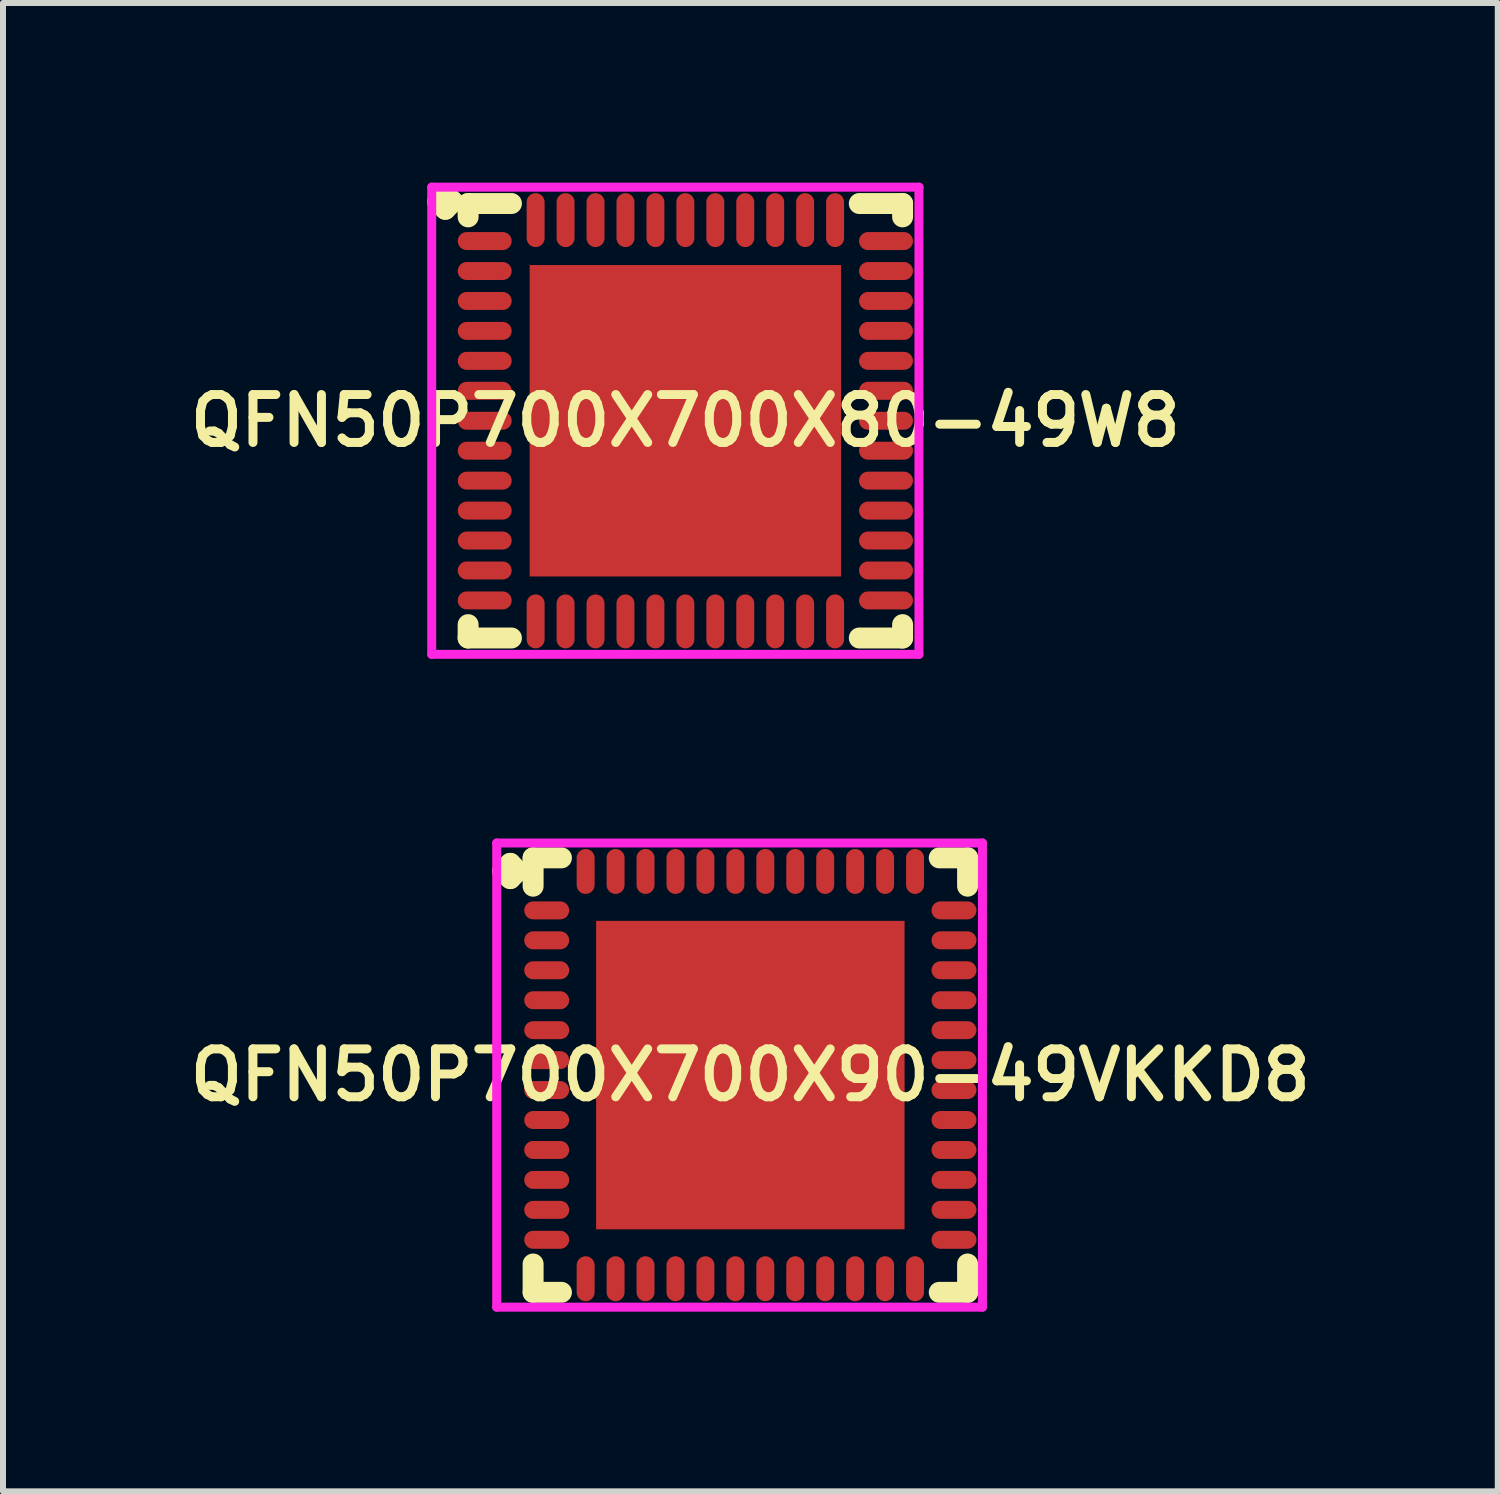
<source format=kicad_pcb>
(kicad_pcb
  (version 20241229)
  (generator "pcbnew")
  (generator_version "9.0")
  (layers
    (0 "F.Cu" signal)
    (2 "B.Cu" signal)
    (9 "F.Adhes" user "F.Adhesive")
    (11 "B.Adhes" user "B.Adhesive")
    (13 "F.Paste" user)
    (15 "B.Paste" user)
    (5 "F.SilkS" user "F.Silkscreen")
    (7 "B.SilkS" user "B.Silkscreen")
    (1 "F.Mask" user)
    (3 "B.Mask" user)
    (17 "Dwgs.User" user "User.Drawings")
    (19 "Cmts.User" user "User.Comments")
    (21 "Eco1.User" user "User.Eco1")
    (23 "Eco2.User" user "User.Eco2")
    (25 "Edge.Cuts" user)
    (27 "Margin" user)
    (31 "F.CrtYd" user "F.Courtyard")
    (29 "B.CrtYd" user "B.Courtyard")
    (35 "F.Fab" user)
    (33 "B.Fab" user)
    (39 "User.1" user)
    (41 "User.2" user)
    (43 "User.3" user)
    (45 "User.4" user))
  (footprint "QFN50P700X700X90-49VKKD8"
    (layer "F.Cu")
    (at 9.478 14.9)
    (property "Reference" "QFN50P700X700X90-49VKKD8" (at 0 0 0) (layer "F.SilkS") (effects (font (size 0.8 0.8) (thickness 0.15))))
    (attr smd)
    (fp_line (start -4.135 -3.408) (end -4.008 -3.535) (stroke (width 0.35) (type solid)) (layer "F.SilkS"))
    (fp_line (start -4.008 -3.535) (end -3.881 -3.408) (stroke (width 0.35) (type solid)) (layer "F.SilkS"))
    (fp_line (start -4.008 -3.281) (end -4.135 -3.408) (stroke (width 0.35) (type solid)) (layer "F.SilkS"))
    (fp_line (start -3.881 -3.408) (end -4.008 -3.281) (stroke (width 0.35) (type solid)) (layer "F.SilkS"))
    (fp_line (start -3.627 -3.627) (end -3.154 -3.627) (stroke (width 0.35) (type solid)) (layer "F.SilkS"))
    (fp_line (start -3.627 -3.154) (end -3.627 -3.627) (stroke (width 0.35) (type solid)) (layer "F.SilkS"))
    (fp_line (start -3.627 3.154) (end -3.627 3.627) (stroke (width 0.35) (type solid)) (layer "F.SilkS"))
    (fp_line (start -3.627 3.627) (end -3.154 3.627) (stroke (width 0.35) (type solid)) (layer "F.SilkS"))
    (fp_line (start 3.154 -3.627) (end 3.627 -3.627) (stroke (width 0.35) (type solid)) (layer "F.SilkS"))
    (fp_line (start 3.154 3.627) (end 3.627 3.627) (stroke (width 0.35) (type solid)) (layer "F.SilkS"))
    (fp_line (start 3.627 -3.627) (end 3.627 -3.154) (stroke (width 0.35) (type solid)) (layer "F.SilkS"))
    (fp_line (start 3.627 3.627) (end 3.627 3.154) (stroke (width 0.35) (type solid)) (layer "F.SilkS"))
    (fp_line (start -4.235 -3.875) (end 3.875 -3.875) (stroke (width 0.15) (type solid)) (layer "F.CrtYd"))
    (fp_line (start -4.235 3.875) (end -4.235 -3.875) (stroke (width 0.15) (type solid)) (layer "F.CrtYd"))
    (fp_line (start 3.875 -3.875) (end 3.875 3.875) (stroke (width 0.15) (type solid)) (layer "F.CrtYd"))
    (fp_line (start 3.875 3.875) (end -4.235 3.875) (stroke (width 0.15) (type solid)) (layer "F.CrtYd"))
    (pad "1" smd oval (at -3.4 -2.75) (size 0.75 0.3) (layers "F.Cu" "F.Mask" "F.Paste"))
    (pad "2" smd oval (at -3.4 -2.25) (size 0.75 0.3) (layers "F.Cu" "F.Mask" "F.Paste"))
    (pad "3" smd oval (at -3.4 -1.75) (size 0.75 0.3) (layers "F.Cu" "F.Mask" "F.Paste"))
    (pad "4" smd oval (at -3.4 -1.25) (size 0.75 0.3) (layers "F.Cu" "F.Mask" "F.Paste"))
    (pad "5" smd oval (at -3.4 -0.75) (size 0.75 0.3) (layers "F.Cu" "F.Mask" "F.Paste"))
    (pad "6" smd oval (at -3.4 -0.25) (size 0.75 0.3) (layers "F.Cu" "F.Mask" "F.Paste"))
    (pad "7" smd oval (at -3.4 0.25) (size 0.75 0.3) (layers "F.Cu" "F.Mask" "F.Paste"))
    (pad "8" smd oval (at -3.4 0.75) (size 0.75 0.3) (layers "F.Cu" "F.Mask" "F.Paste"))
    (pad "9" smd oval (at -3.4 1.25) (size 0.75 0.3) (layers "F.Cu" "F.Mask" "F.Paste"))
    (pad "10" smd oval (at -3.4 1.75) (size 0.75 0.3) (layers "F.Cu" "F.Mask" "F.Paste"))
    (pad "11" smd oval (at -3.4 2.25) (size 0.75 0.3) (layers "F.Cu" "F.Mask" "F.Paste"))
    (pad "12" smd oval (at -3.4 2.75) (size 0.75 0.3) (layers "F.Cu" "F.Mask" "F.Paste"))
    (pad "13" smd oval (at -2.75 3.4) (size 0.3 0.75) (layers "F.Cu" "F.Mask" "F.Paste"))
    (pad "14" smd oval (at -2.25 3.4) (size 0.3 0.75) (layers "F.Cu" "F.Mask" "F.Paste"))
    (pad "15" smd oval (at -1.75 3.4) (size 0.3 0.75) (layers "F.Cu" "F.Mask" "F.Paste"))
    (pad "16" smd oval (at -1.25 3.4) (size 0.3 0.75) (layers "F.Cu" "F.Mask" "F.Paste"))
    (pad "17" smd oval (at -0.75 3.4) (size 0.3 0.75) (layers "F.Cu" "F.Mask" "F.Paste"))
    (pad "18" smd oval (at -0.25 3.4) (size 0.3 0.75) (layers "F.Cu" "F.Mask" "F.Paste"))
    (pad "19" smd oval (at 0.25 3.4) (size 0.3 0.75) (layers "F.Cu" "F.Mask" "F.Paste"))
    (pad "20" smd oval (at 0.75 3.4) (size 0.3 0.75) (layers "F.Cu" "F.Mask" "F.Paste"))
    (pad "21" smd oval (at 1.25 3.4) (size 0.3 0.75) (layers "F.Cu" "F.Mask" "F.Paste"))
    (pad "22" smd oval (at 1.75 3.4) (size 0.3 0.75) (layers "F.Cu" "F.Mask" "F.Paste"))
    (pad "23" smd oval (at 2.25 3.4) (size 0.3 0.75) (layers "F.Cu" "F.Mask" "F.Paste"))
    (pad "24" smd oval (at 2.75 3.4) (size 0.3 0.75) (layers "F.Cu" "F.Mask" "F.Paste"))
    (pad "25" smd oval (at 3.4 2.75) (size 0.75 0.3) (layers "F.Cu" "F.Mask" "F.Paste"))
    (pad "26" smd oval (at 3.4 2.25) (size 0.75 0.3) (layers "F.Cu" "F.Mask" "F.Paste"))
    (pad "27" smd oval (at 3.4 1.75) (size 0.75 0.3) (layers "F.Cu" "F.Mask" "F.Paste"))
    (pad "28" smd oval (at 3.4 1.25) (size 0.75 0.3) (layers "F.Cu" "F.Mask" "F.Paste"))
    (pad "29" smd oval (at 3.4 0.75) (size 0.75 0.3) (layers "F.Cu" "F.Mask" "F.Paste"))
    (pad "30" smd oval (at 3.4 0.25) (size 0.75 0.3) (layers "F.Cu" "F.Mask" "F.Paste"))
    (pad "31" smd oval (at 3.4 -0.25) (size 0.75 0.3) (layers "F.Cu" "F.Mask" "F.Paste"))
    (pad "32" smd oval (at 3.4 -0.75) (size 0.75 0.3) (layers "F.Cu" "F.Mask" "F.Paste"))
    (pad "33" smd oval (at 3.4 -1.25) (size 0.75 0.3) (layers "F.Cu" "F.Mask" "F.Paste"))
    (pad "34" smd oval (at 3.4 -1.75) (size 0.75 0.3) (layers "F.Cu" "F.Mask" "F.Paste"))
    (pad "35" smd oval (at 3.4 -2.25) (size 0.75 0.3) (layers "F.Cu" "F.Mask" "F.Paste"))
    (pad "36" smd oval (at 3.4 -2.75) (size 0.75 0.3) (layers "F.Cu" "F.Mask" "F.Paste"))
    (pad "37" smd oval (at 2.75 -3.4) (size 0.3 0.75) (layers "F.Cu" "F.Mask" "F.Paste"))
    (pad "38" smd oval (at 2.25 -3.4) (size 0.3 0.75) (layers "F.Cu" "F.Mask" "F.Paste"))
    (pad "39" smd oval (at 1.75 -3.4) (size 0.3 0.75) (layers "F.Cu" "F.Mask" "F.Paste"))
    (pad "40" smd oval (at 1.25 -3.4) (size 0.3 0.75) (layers "F.Cu" "F.Mask" "F.Paste"))
    (pad "41" smd oval (at 0.75 -3.4) (size 0.3 0.75) (layers "F.Cu" "F.Mask" "F.Paste"))
    (pad "42" smd oval (at 0.25 -3.4) (size 0.3 0.75) (layers "F.Cu" "F.Mask" "F.Paste"))
    (pad "43" smd oval (at -0.25 -3.4) (size 0.3 0.75) (layers "F.Cu" "F.Mask" "F.Paste"))
    (pad "44" smd oval (at -0.75 -3.4) (size 0.3 0.75) (layers "F.Cu" "F.Mask" "F.Paste"))
    (pad "45" smd oval (at -1.25 -3.4) (size 0.3 0.75) (layers "F.Cu" "F.Mask" "F.Paste"))
    (pad "46" smd oval (at -1.75 -3.4) (size 0.3 0.75) (layers "F.Cu" "F.Mask" "F.Paste"))
    (pad "47" smd oval (at -2.25 -3.4) (size 0.3 0.75) (layers "F.Cu" "F.Mask" "F.Paste"))
    (pad "48" smd oval (at -2.75 -3.4) (size 0.3 0.75) (layers "F.Cu" "F.Mask" "F.Paste"))
    (pad "49" smd rect (at 0 0) (size 5.15 5.15) (layers "F.Cu" "F.Mask" "F.Paste")))
  (footprint "QFN50P700X700X80-49W8"
    (layer "F.Cu")
    (at 8.393 3.975)
    (property "Reference" "QFN50P700X700X80-49W8" (at 0 0 0) (layer "F.SilkS") (effects (font (size 0.8 0.8) (thickness 0.15))))
    (attr smd)
    (fp_line (start -4.135 -3.658) (end -4.008 -3.785) (stroke (width 0.35) (type solid)) (layer "F.SilkS"))
    (fp_line (start -4.008 -3.785) (end -3.881 -3.658) (stroke (width 0.35) (type solid)) (layer "F.SilkS"))
    (fp_line (start -4.008 -3.531) (end -4.135 -3.658) (stroke (width 0.35) (type solid)) (layer "F.SilkS"))
    (fp_line (start -3.881 -3.658) (end -4.008 -3.531) (stroke (width 0.35) (type solid)) (layer "F.SilkS"))
    (fp_line (start -3.627 -3.627) (end -2.904 -3.627) (stroke (width 0.35) (type solid)) (layer "F.SilkS"))
    (fp_line (start -3.627 -3.404) (end -3.627 -3.627) (stroke (width 0.35) (type solid)) (layer "F.SilkS"))
    (fp_line (start -3.627 3.404) (end -3.627 3.627) (stroke (width 0.35) (type solid)) (layer "F.SilkS"))
    (fp_line (start -3.627 3.627) (end -2.904 3.627) (stroke (width 0.35) (type solid)) (layer "F.SilkS"))
    (fp_line (start 2.904 -3.627) (end 3.627 -3.627) (stroke (width 0.35) (type solid)) (layer "F.SilkS"))
    (fp_line (start 2.904 3.627) (end 3.627 3.627) (stroke (width 0.35) (type solid)) (layer "F.SilkS"))
    (fp_line (start 3.627 -3.627) (end 3.627 -3.404) (stroke (width 0.35) (type solid)) (layer "F.SilkS"))
    (fp_line (start 3.627 3.627) (end 3.627 3.404) (stroke (width 0.35) (type solid)) (layer "F.SilkS"))
    (fp_line (start -4.235 -3.9) (end 3.9 -3.9) (stroke (width 0.15) (type solid)) (layer "F.CrtYd"))
    (fp_line (start -4.235 3.9) (end -4.235 -3.9) (stroke (width 0.15) (type solid)) (layer "F.CrtYd"))
    (fp_line (start 3.9 -3.9) (end 3.9 3.9) (stroke (width 0.15) (type solid)) (layer "F.CrtYd"))
    (fp_line (start 3.9 3.9) (end -4.235 3.9) (stroke (width 0.15) (type solid)) (layer "F.CrtYd"))
    (pad "1" smd oval (at -3.35 -3) (size 0.9 0.3) (layers "F.Cu" "F.Mask" "F.Paste"))
    (pad "2" smd oval (at -3.35 -2.5) (size 0.9 0.3) (layers "F.Cu" "F.Mask" "F.Paste"))
    (pad "3" smd oval (at -3.35 -2) (size 0.9 0.3) (layers "F.Cu" "F.Mask" "F.Paste"))
    (pad "4" smd oval (at -3.35 -1.5) (size 0.9 0.3) (layers "F.Cu" "F.Mask" "F.Paste"))
    (pad "5" smd oval (at -3.35 -1) (size 0.9 0.3) (layers "F.Cu" "F.Mask" "F.Paste"))
    (pad "6" smd oval (at -3.35 -0.5) (size 0.9 0.3) (layers "F.Cu" "F.Mask" "F.Paste"))
    (pad "7" smd oval (at -3.35 0) (size 0.9 0.3) (layers "F.Cu" "F.Mask" "F.Paste"))
    (pad "8" smd oval (at -3.35 0.5) (size 0.9 0.3) (layers "F.Cu" "F.Mask" "F.Paste"))
    (pad "9" smd oval (at -3.35 1) (size 0.9 0.3) (layers "F.Cu" "F.Mask" "F.Paste"))
    (pad "10" smd oval (at -3.35 1.5) (size 0.9 0.3) (layers "F.Cu" "F.Mask" "F.Paste"))
    (pad "11" smd oval (at -3.35 2) (size 0.9 0.3) (layers "F.Cu" "F.Mask" "F.Paste"))
    (pad "12" smd oval (at -3.35 2.5) (size 0.9 0.3) (layers "F.Cu" "F.Mask" "F.Paste"))
    (pad "13" smd oval (at -3.35 3) (size 0.9 0.3) (layers "F.Cu" "F.Mask" "F.Paste"))
    (pad "14" smd oval (at -2.5 3.35) (size 0.3 0.9) (layers "F.Cu" "F.Mask" "F.Paste"))
    (pad "15" smd oval (at -2 3.35) (size 0.3 0.9) (layers "F.Cu" "F.Mask" "F.Paste"))
    (pad "16" smd oval (at -1.5 3.35) (size 0.3 0.9) (layers "F.Cu" "F.Mask" "F.Paste"))
    (pad "17" smd oval (at -1 3.35) (size 0.3 0.9) (layers "F.Cu" "F.Mask" "F.Paste"))
    (pad "18" smd oval (at -0.5 3.35) (size 0.3 0.9) (layers "F.Cu" "F.Mask" "F.Paste"))
    (pad "19" smd oval (at 0 3.35) (size 0.3 0.9) (layers "F.Cu" "F.Mask" "F.Paste"))
    (pad "20" smd oval (at 0.5 3.35) (size 0.3 0.9) (layers "F.Cu" "F.Mask" "F.Paste"))
    (pad "21" smd oval (at 1 3.35) (size 0.3 0.9) (layers "F.Cu" "F.Mask" "F.Paste"))
    (pad "22" smd oval (at 1.5 3.35) (size 0.3 0.9) (layers "F.Cu" "F.Mask" "F.Paste"))
    (pad "23" smd oval (at 2 3.35) (size 0.3 0.9) (layers "F.Cu" "F.Mask" "F.Paste"))
    (pad "24" smd oval (at 2.5 3.35) (size 0.3 0.9) (layers "F.Cu" "F.Mask" "F.Paste"))
    (pad "25" smd oval (at 3.35 3) (size 0.9 0.3) (layers "F.Cu" "F.Mask" "F.Paste"))
    (pad "26" smd oval (at 3.35 2.5) (size 0.9 0.3) (layers "F.Cu" "F.Mask" "F.Paste"))
    (pad "27" smd oval (at 3.35 2) (size 0.9 0.3) (layers "F.Cu" "F.Mask" "F.Paste"))
    (pad "28" smd oval (at 3.35 1.5) (size 0.9 0.3) (layers "F.Cu" "F.Mask" "F.Paste"))
    (pad "29" smd oval (at 3.35 1) (size 0.9 0.3) (layers "F.Cu" "F.Mask" "F.Paste"))
    (pad "30" smd oval (at 3.35 0.5) (size 0.9 0.3) (layers "F.Cu" "F.Mask" "F.Paste"))
    (pad "31" smd oval (at 3.35 0) (size 0.9 0.3) (layers "F.Cu" "F.Mask" "F.Paste"))
    (pad "32" smd oval (at 3.35 -0.5) (size 0.9 0.3) (layers "F.Cu" "F.Mask" "F.Paste"))
    (pad "33" smd oval (at 3.35 -1) (size 0.9 0.3) (layers "F.Cu" "F.Mask" "F.Paste"))
    (pad "34" smd oval (at 3.35 -1.5) (size 0.9 0.3) (layers "F.Cu" "F.Mask" "F.Paste"))
    (pad "35" smd oval (at 3.35 -2) (size 0.9 0.3) (layers "F.Cu" "F.Mask" "F.Paste"))
    (pad "36" smd oval (at 3.35 -2.5) (size 0.9 0.3) (layers "F.Cu" "F.Mask" "F.Paste"))
    (pad "37" smd oval (at 3.35 -3) (size 0.9 0.3) (layers "F.Cu" "F.Mask" "F.Paste"))
    (pad "38" smd oval (at 2.5 -3.35) (size 0.3 0.9) (layers "F.Cu" "F.Mask" "F.Paste"))
    (pad "39" smd oval (at 2 -3.35) (size 0.3 0.9) (layers "F.Cu" "F.Mask" "F.Paste"))
    (pad "40" smd oval (at 1.5 -3.35) (size 0.3 0.9) (layers "F.Cu" "F.Mask" "F.Paste"))
    (pad "41" smd oval (at 1 -3.35) (size 0.3 0.9) (layers "F.Cu" "F.Mask" "F.Paste"))
    (pad "42" smd oval (at 0.5 -3.35) (size 0.3 0.9) (layers "F.Cu" "F.Mask" "F.Paste"))
    (pad "43" smd oval (at 0 -3.35) (size 0.3 0.9) (layers "F.Cu" "F.Mask" "F.Paste"))
    (pad "44" smd oval (at -0.5 -3.35) (size 0.3 0.9) (layers "F.Cu" "F.Mask" "F.Paste"))
    (pad "45" smd oval (at -1 -3.35) (size 0.3 0.9) (layers "F.Cu" "F.Mask" "F.Paste"))
    (pad "46" smd oval (at -1.5 -3.35) (size 0.3 0.9) (layers "F.Cu" "F.Mask" "F.Paste"))
    (pad "47" smd oval (at -2 -3.35) (size 0.3 0.9) (layers "F.Cu" "F.Mask" "F.Paste"))
    (pad "48" smd oval (at -2.5 -3.35) (size 0.3 0.9) (layers "F.Cu" "F.Mask" "F.Paste"))
    (pad "49" smd rect (at 0 0) (size 5.2 5.2) (layers "F.Cu" "F.Mask" "F.Paste")))
  (gr_rect
    (start -3 -3)
    (end 21.957 21.85)
    (stroke (width 0.1) (type default))
    (fill no)
    (layer "Edge.Cuts")))
</source>
